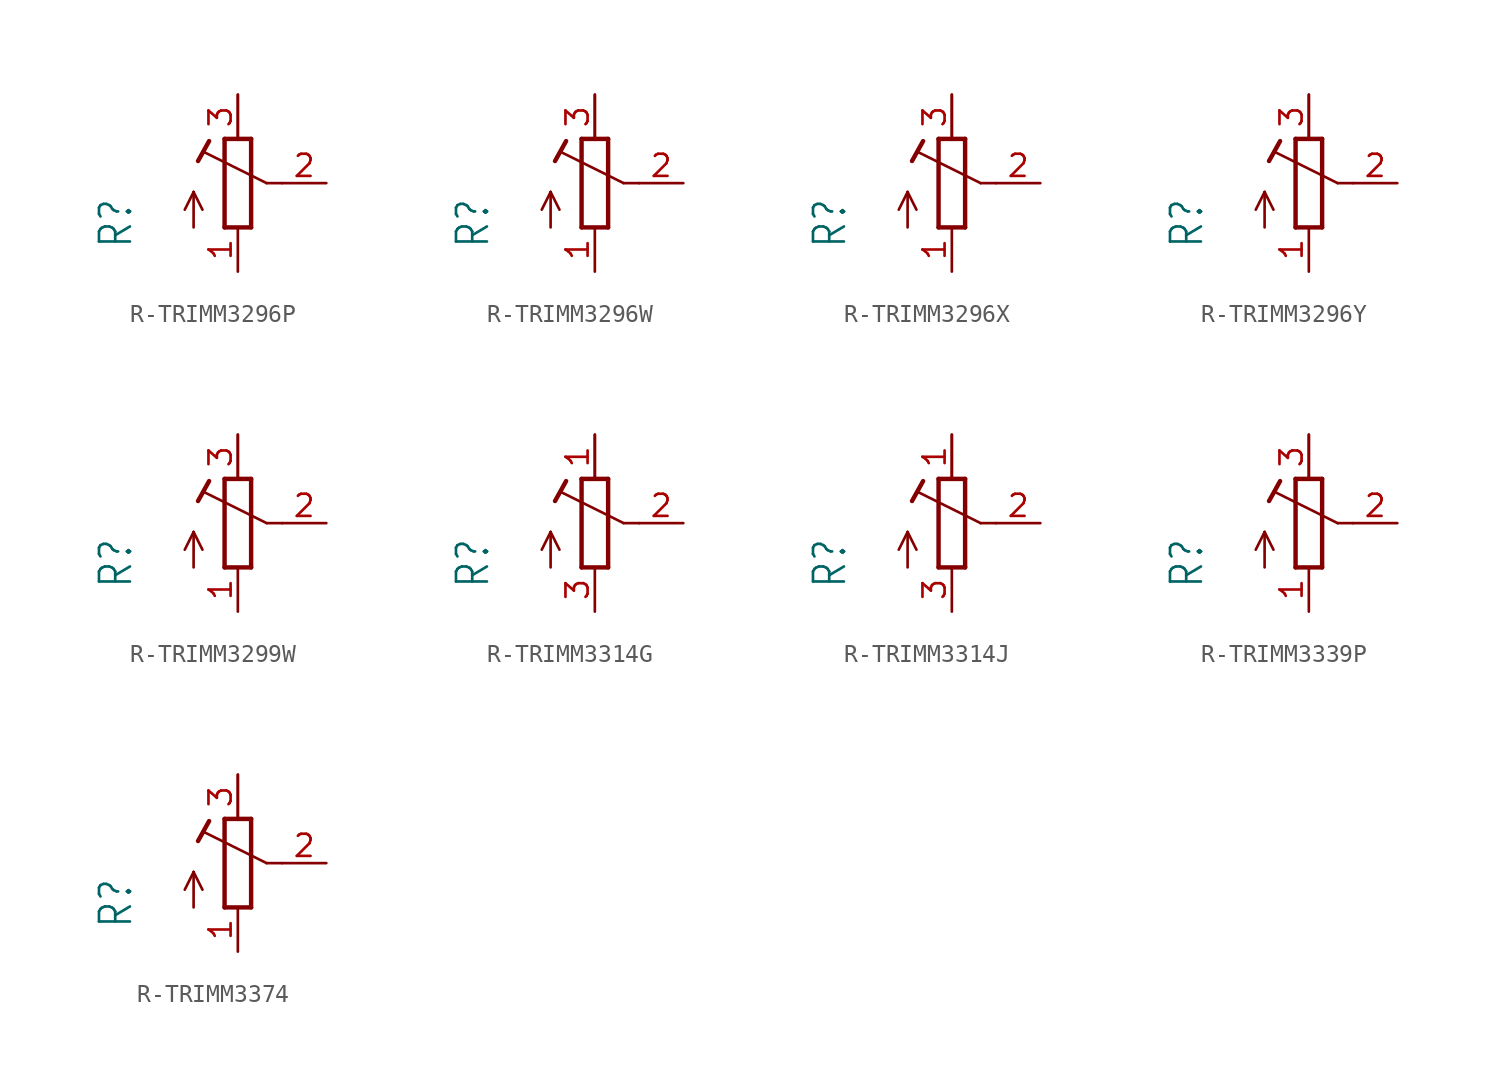
<source format=kicad_sym>
(kicad_symbol_lib
  (version 20231120)
  (generator "kicad_symbol_editor")
  (generator_version "8.0")
  (symbol "R-TRIMM3296P"
    (property "Reference" "R"
      (at -5.969 -3.81 90)
      (effects (font (size 1.778 1.511)) (justify left bottom)))
    (property "Value" ""
      (at -3.81 -3.81 90)
      (effects (font (size 1.778 1.511)) (justify left bottom)))
    (property "ki_locked" ""
      (at 0 0 0)
      (effects (font (size 1.27 1.27))))
    (symbol "R-TRIMM3296P_1_0"
      (polyline (pts (xy -2.54 -2.54) (xy -2.54 -0.508)) (stroke (width 0.152) (type solid)) (fill (type none)))
      (polyline (pts (xy -2.54 -0.508) (xy -3.048 -1.524)) (stroke (width 0.152) (type solid)) (fill (type none)))
      (polyline (pts (xy -2.54 -0.508) (xy -2.032 -1.524)) (stroke (width 0.152) (type solid)) (fill (type none)))
      (polyline (pts (xy -2.286 1.27) (xy -1.651 2.413)) (stroke (width 0.254) (type solid)) (fill (type none)))
      (polyline (pts (xy -0.762 -2.54) (xy 0.762 -2.54)) (stroke (width 0.254) (type solid)) (fill (type none)))
      (polyline (pts (xy -0.762 2.54) (xy -0.762 -2.54)) (stroke (width 0.254) (type solid)) (fill (type none)))
      (polyline (pts (xy 0 2.54) (xy -0.762 2.54)) (stroke (width 0.254) (type solid)) (fill (type none)))
      (polyline (pts (xy 0 2.54) (xy 0 5.08)) (stroke (width 0.152) (type solid)) (fill (type none)))
      (polyline (pts (xy 0.762 -2.54) (xy 0.762 2.54)) (stroke (width 0.254) (type solid)) (fill (type none)))
      (polyline (pts (xy 0.762 2.54) (xy 0 2.54)) (stroke (width 0.254) (type solid)) (fill (type none)))
      (polyline (pts (xy 1.651 0) (xy -1.88 1.753)) (stroke (width 0.152) (type solid)) (fill (type none)))
      (polyline (pts (xy 2.54 0) (xy 1.651 0)) (stroke (width 0.152) (type solid)) (fill (type none)))
      (pin passive line (at 0 -5.08 90) (length 2.54) (name "A" (effects (font (size 0 0)))) (number "1" (effects (font (size 1.27 1.27)))))
      (pin passive line (at 5.08 0 180) (length 2.54) (name "S" (effects (font (size 0 0)))) (number "2" (effects (font (size 1.27 1.27)))))
      (pin passive line (at 0 5.08 270) (length 2.54) (name "E" (effects (font (size 0 0)))) (number "3" (effects (font (size 1.27 1.27)))))))
  (symbol "R-TRIMM3296W"
    (property "Reference" "R"
      (at -5.969 -3.81 90)
      (effects (font (size 1.778 1.511)) (justify left bottom)))
    (property "Value" ""
      (at -3.81 -3.81 90)
      (effects (font (size 1.778 1.511)) (justify left bottom)))
    (property "ki_locked" ""
      (at 0 0 0)
      (effects (font (size 1.27 1.27))))
    (symbol "R-TRIMM3296W_1_0"
      (polyline (pts (xy -2.54 -2.54) (xy -2.54 -0.508)) (stroke (width 0.152) (type solid)) (fill (type none)))
      (polyline (pts (xy -2.54 -0.508) (xy -3.048 -1.524)) (stroke (width 0.152) (type solid)) (fill (type none)))
      (polyline (pts (xy -2.54 -0.508) (xy -2.032 -1.524)) (stroke (width 0.152) (type solid)) (fill (type none)))
      (polyline (pts (xy -2.286 1.27) (xy -1.651 2.413)) (stroke (width 0.254) (type solid)) (fill (type none)))
      (polyline (pts (xy -0.762 -2.54) (xy 0.762 -2.54)) (stroke (width 0.254) (type solid)) (fill (type none)))
      (polyline (pts (xy -0.762 2.54) (xy -0.762 -2.54)) (stroke (width 0.254) (type solid)) (fill (type none)))
      (polyline (pts (xy 0 2.54) (xy -0.762 2.54)) (stroke (width 0.254) (type solid)) (fill (type none)))
      (polyline (pts (xy 0 2.54) (xy 0 5.08)) (stroke (width 0.152) (type solid)) (fill (type none)))
      (polyline (pts (xy 0.762 -2.54) (xy 0.762 2.54)) (stroke (width 0.254) (type solid)) (fill (type none)))
      (polyline (pts (xy 0.762 2.54) (xy 0 2.54)) (stroke (width 0.254) (type solid)) (fill (type none)))
      (polyline (pts (xy 1.651 0) (xy -1.88 1.753)) (stroke (width 0.152) (type solid)) (fill (type none)))
      (polyline (pts (xy 2.54 0) (xy 1.651 0)) (stroke (width 0.152) (type solid)) (fill (type none)))
      (pin passive line (at 0 -5.08 90) (length 2.54) (name "A" (effects (font (size 0 0)))) (number "1" (effects (font (size 1.27 1.27)))))
      (pin passive line (at 5.08 0 180) (length 2.54) (name "S" (effects (font (size 0 0)))) (number "2" (effects (font (size 1.27 1.27)))))
      (pin passive line (at 0 5.08 270) (length 2.54) (name "E" (effects (font (size 0 0)))) (number "3" (effects (font (size 1.27 1.27)))))))
  (symbol "R-TRIMM3296X"
    (property "Reference" "R"
      (at -5.969 -3.81 90)
      (effects (font (size 1.778 1.511)) (justify left bottom)))
    (property "Value" ""
      (at -3.81 -3.81 90)
      (effects (font (size 1.778 1.511)) (justify left bottom)))
    (property "ki_locked" ""
      (at 0 0 0)
      (effects (font (size 1.27 1.27))))
    (symbol "R-TRIMM3296X_1_0"
      (polyline (pts (xy -2.54 -2.54) (xy -2.54 -0.508)) (stroke (width 0.152) (type solid)) (fill (type none)))
      (polyline (pts (xy -2.54 -0.508) (xy -3.048 -1.524)) (stroke (width 0.152) (type solid)) (fill (type none)))
      (polyline (pts (xy -2.54 -0.508) (xy -2.032 -1.524)) (stroke (width 0.152) (type solid)) (fill (type none)))
      (polyline (pts (xy -2.286 1.27) (xy -1.651 2.413)) (stroke (width 0.254) (type solid)) (fill (type none)))
      (polyline (pts (xy -0.762 -2.54) (xy 0.762 -2.54)) (stroke (width 0.254) (type solid)) (fill (type none)))
      (polyline (pts (xy -0.762 2.54) (xy -0.762 -2.54)) (stroke (width 0.254) (type solid)) (fill (type none)))
      (polyline (pts (xy 0 2.54) (xy -0.762 2.54)) (stroke (width 0.254) (type solid)) (fill (type none)))
      (polyline (pts (xy 0 2.54) (xy 0 5.08)) (stroke (width 0.152) (type solid)) (fill (type none)))
      (polyline (pts (xy 0.762 -2.54) (xy 0.762 2.54)) (stroke (width 0.254) (type solid)) (fill (type none)))
      (polyline (pts (xy 0.762 2.54) (xy 0 2.54)) (stroke (width 0.254) (type solid)) (fill (type none)))
      (polyline (pts (xy 1.651 0) (xy -1.88 1.753)) (stroke (width 0.152) (type solid)) (fill (type none)))
      (polyline (pts (xy 2.54 0) (xy 1.651 0)) (stroke (width 0.152) (type solid)) (fill (type none)))
      (pin passive line (at 0 -5.08 90) (length 2.54) (name "A" (effects (font (size 0 0)))) (number "1" (effects (font (size 1.27 1.27)))))
      (pin passive line (at 5.08 0 180) (length 2.54) (name "S" (effects (font (size 0 0)))) (number "2" (effects (font (size 1.27 1.27)))))
      (pin passive line (at 0 5.08 270) (length 2.54) (name "E" (effects (font (size 0 0)))) (number "3" (effects (font (size 1.27 1.27)))))))
  (symbol "R-TRIMM3296Y"
    (property "Reference" "R"
      (at -5.969 -3.81 90)
      (effects (font (size 1.778 1.511)) (justify left bottom)))
    (property "Value" ""
      (at -3.81 -3.81 90)
      (effects (font (size 1.778 1.511)) (justify left bottom)))
    (property "ki_locked" ""
      (at 0 0 0)
      (effects (font (size 1.27 1.27))))
    (symbol "R-TRIMM3296Y_1_0"
      (polyline (pts (xy -2.54 -2.54) (xy -2.54 -0.508)) (stroke (width 0.152) (type solid)) (fill (type none)))
      (polyline (pts (xy -2.54 -0.508) (xy -3.048 -1.524)) (stroke (width 0.152) (type solid)) (fill (type none)))
      (polyline (pts (xy -2.54 -0.508) (xy -2.032 -1.524)) (stroke (width 0.152) (type solid)) (fill (type none)))
      (polyline (pts (xy -2.286 1.27) (xy -1.651 2.413)) (stroke (width 0.254) (type solid)) (fill (type none)))
      (polyline (pts (xy -0.762 -2.54) (xy 0.762 -2.54)) (stroke (width 0.254) (type solid)) (fill (type none)))
      (polyline (pts (xy -0.762 2.54) (xy -0.762 -2.54)) (stroke (width 0.254) (type solid)) (fill (type none)))
      (polyline (pts (xy 0 2.54) (xy -0.762 2.54)) (stroke (width 0.254) (type solid)) (fill (type none)))
      (polyline (pts (xy 0 2.54) (xy 0 5.08)) (stroke (width 0.152) (type solid)) (fill (type none)))
      (polyline (pts (xy 0.762 -2.54) (xy 0.762 2.54)) (stroke (width 0.254) (type solid)) (fill (type none)))
      (polyline (pts (xy 0.762 2.54) (xy 0 2.54)) (stroke (width 0.254) (type solid)) (fill (type none)))
      (polyline (pts (xy 1.651 0) (xy -1.88 1.753)) (stroke (width 0.152) (type solid)) (fill (type none)))
      (polyline (pts (xy 2.54 0) (xy 1.651 0)) (stroke (width 0.152) (type solid)) (fill (type none)))
      (pin passive line (at 0 -5.08 90) (length 2.54) (name "A" (effects (font (size 0 0)))) (number "1" (effects (font (size 1.27 1.27)))))
      (pin passive line (at 5.08 0 180) (length 2.54) (name "S" (effects (font (size 0 0)))) (number "2" (effects (font (size 1.27 1.27)))))
      (pin passive line (at 0 5.08 270) (length 2.54) (name "E" (effects (font (size 0 0)))) (number "3" (effects (font (size 1.27 1.27)))))))
  (symbol "R-TRIMM3299W"
    (property "Reference" "R"
      (at -5.969 -3.81 90)
      (effects (font (size 1.778 1.511)) (justify left bottom)))
    (property "Value" ""
      (at -3.81 -3.81 90)
      (effects (font (size 1.778 1.511)) (justify left bottom)))
    (property "ki_locked" ""
      (at 0 0 0)
      (effects (font (size 1.27 1.27))))
    (symbol "R-TRIMM3299W_1_0"
      (polyline (pts (xy -2.54 -2.54) (xy -2.54 -0.508)) (stroke (width 0.152) (type solid)) (fill (type none)))
      (polyline (pts (xy -2.54 -0.508) (xy -3.048 -1.524)) (stroke (width 0.152) (type solid)) (fill (type none)))
      (polyline (pts (xy -2.54 -0.508) (xy -2.032 -1.524)) (stroke (width 0.152) (type solid)) (fill (type none)))
      (polyline (pts (xy -2.286 1.27) (xy -1.651 2.413)) (stroke (width 0.254) (type solid)) (fill (type none)))
      (polyline (pts (xy -0.762 -2.54) (xy 0.762 -2.54)) (stroke (width 0.254) (type solid)) (fill (type none)))
      (polyline (pts (xy -0.762 2.54) (xy -0.762 -2.54)) (stroke (width 0.254) (type solid)) (fill (type none)))
      (polyline (pts (xy 0 2.54) (xy -0.762 2.54)) (stroke (width 0.254) (type solid)) (fill (type none)))
      (polyline (pts (xy 0 2.54) (xy 0 5.08)) (stroke (width 0.152) (type solid)) (fill (type none)))
      (polyline (pts (xy 0.762 -2.54) (xy 0.762 2.54)) (stroke (width 0.254) (type solid)) (fill (type none)))
      (polyline (pts (xy 0.762 2.54) (xy 0 2.54)) (stroke (width 0.254) (type solid)) (fill (type none)))
      (polyline (pts (xy 1.651 0) (xy -1.88 1.753)) (stroke (width 0.152) (type solid)) (fill (type none)))
      (polyline (pts (xy 2.54 0) (xy 1.651 0)) (stroke (width 0.152) (type solid)) (fill (type none)))
      (pin passive line (at 0 -5.08 90) (length 2.54) (name "A" (effects (font (size 0 0)))) (number "1" (effects (font (size 1.27 1.27)))))
      (pin passive line (at 5.08 0 180) (length 2.54) (name "S" (effects (font (size 0 0)))) (number "2" (effects (font (size 1.27 1.27)))))
      (pin passive line (at 0 5.08 270) (length 2.54) (name "E" (effects (font (size 0 0)))) (number "3" (effects (font (size 1.27 1.27)))))))
  (symbol "R-TRIMM3314G"
    (property "Reference" "R"
      (at -5.969 -3.81 90)
      (effects (font (size 1.778 1.511)) (justify left bottom)))
    (property "Value" ""
      (at -3.81 -3.81 90)
      (effects (font (size 1.778 1.511)) (justify left bottom)))
    (property "ki_locked" ""
      (at 0 0 0)
      (effects (font (size 1.27 1.27))))
    (symbol "R-TRIMM3314G_1_0"
      (polyline (pts (xy -2.54 -2.54) (xy -2.54 -0.508)) (stroke (width 0.152) (type solid)) (fill (type none)))
      (polyline (pts (xy -2.54 -0.508) (xy -3.048 -1.524)) (stroke (width 0.152) (type solid)) (fill (type none)))
      (polyline (pts (xy -2.54 -0.508) (xy -2.032 -1.524)) (stroke (width 0.152) (type solid)) (fill (type none)))
      (polyline (pts (xy -2.286 1.27) (xy -1.651 2.413)) (stroke (width 0.254) (type solid)) (fill (type none)))
      (polyline (pts (xy -0.762 -2.54) (xy 0.762 -2.54)) (stroke (width 0.254) (type solid)) (fill (type none)))
      (polyline (pts (xy -0.762 2.54) (xy -0.762 -2.54)) (stroke (width 0.254) (type solid)) (fill (type none)))
      (polyline (pts (xy 0 2.54) (xy -0.762 2.54)) (stroke (width 0.254) (type solid)) (fill (type none)))
      (polyline (pts (xy 0 2.54) (xy 0 5.08)) (stroke (width 0.152) (type solid)) (fill (type none)))
      (polyline (pts (xy 0.762 -2.54) (xy 0.762 2.54)) (stroke (width 0.254) (type solid)) (fill (type none)))
      (polyline (pts (xy 0.762 2.54) (xy 0 2.54)) (stroke (width 0.254) (type solid)) (fill (type none)))
      (polyline (pts (xy 1.651 0) (xy -1.88 1.753)) (stroke (width 0.152) (type solid)) (fill (type none)))
      (polyline (pts (xy 2.54 0) (xy 1.651 0)) (stroke (width 0.152) (type solid)) (fill (type none)))
      (pin passive line (at 0 5.08 270) (length 2.54) (name "E" (effects (font (size 0 0)))) (number "1" (effects (font (size 1.27 1.27)))))
      (pin passive line (at 5.08 0 180) (length 2.54) (name "S" (effects (font (size 0 0)))) (number "2" (effects (font (size 1.27 1.27)))))
      (pin passive line (at 0 -5.08 90) (length 2.54) (name "A" (effects (font (size 0 0)))) (number "3" (effects (font (size 1.27 1.27)))))))
  (symbol "R-TRIMM3314J"
    (property "Reference" "R"
      (at -5.969 -3.81 90)
      (effects (font (size 1.778 1.511)) (justify left bottom)))
    (property "Value" ""
      (at -3.81 -3.81 90)
      (effects (font (size 1.778 1.511)) (justify left bottom)))
    (property "ki_locked" ""
      (at 0 0 0)
      (effects (font (size 1.27 1.27))))
    (symbol "R-TRIMM3314J_1_0"
      (polyline (pts (xy -2.54 -2.54) (xy -2.54 -0.508)) (stroke (width 0.152) (type solid)) (fill (type none)))
      (polyline (pts (xy -2.54 -0.508) (xy -3.048 -1.524)) (stroke (width 0.152) (type solid)) (fill (type none)))
      (polyline (pts (xy -2.54 -0.508) (xy -2.032 -1.524)) (stroke (width 0.152) (type solid)) (fill (type none)))
      (polyline (pts (xy -2.286 1.27) (xy -1.651 2.413)) (stroke (width 0.254) (type solid)) (fill (type none)))
      (polyline (pts (xy -0.762 -2.54) (xy 0.762 -2.54)) (stroke (width 0.254) (type solid)) (fill (type none)))
      (polyline (pts (xy -0.762 2.54) (xy -0.762 -2.54)) (stroke (width 0.254) (type solid)) (fill (type none)))
      (polyline (pts (xy 0 2.54) (xy -0.762 2.54)) (stroke (width 0.254) (type solid)) (fill (type none)))
      (polyline (pts (xy 0 2.54) (xy 0 5.08)) (stroke (width 0.152) (type solid)) (fill (type none)))
      (polyline (pts (xy 0.762 -2.54) (xy 0.762 2.54)) (stroke (width 0.254) (type solid)) (fill (type none)))
      (polyline (pts (xy 0.762 2.54) (xy 0 2.54)) (stroke (width 0.254) (type solid)) (fill (type none)))
      (polyline (pts (xy 1.651 0) (xy -1.88 1.753)) (stroke (width 0.152) (type solid)) (fill (type none)))
      (polyline (pts (xy 2.54 0) (xy 1.651 0)) (stroke (width 0.152) (type solid)) (fill (type none)))
      (pin passive line (at 0 5.08 270) (length 2.54) (name "E" (effects (font (size 0 0)))) (number "1" (effects (font (size 1.27 1.27)))))
      (pin passive line (at 5.08 0 180) (length 2.54) (name "S" (effects (font (size 0 0)))) (number "2" (effects (font (size 1.27 1.27)))))
      (pin passive line (at 0 -5.08 90) (length 2.54) (name "A" (effects (font (size 0 0)))) (number "3" (effects (font (size 1.27 1.27)))))))
  (symbol "R-TRIMM3339P"
    (property "Reference" "R"
      (at -5.969 -3.81 90)
      (effects (font (size 1.778 1.511)) (justify left bottom)))
    (property "Value" ""
      (at -3.81 -3.81 90)
      (effects (font (size 1.778 1.511)) (justify left bottom)))
    (property "ki_locked" ""
      (at 0 0 0)
      (effects (font (size 1.27 1.27))))
    (symbol "R-TRIMM3339P_1_0"
      (polyline (pts (xy -2.54 -2.54) (xy -2.54 -0.508)) (stroke (width 0.152) (type solid)) (fill (type none)))
      (polyline (pts (xy -2.54 -0.508) (xy -3.048 -1.524)) (stroke (width 0.152) (type solid)) (fill (type none)))
      (polyline (pts (xy -2.54 -0.508) (xy -2.032 -1.524)) (stroke (width 0.152) (type solid)) (fill (type none)))
      (polyline (pts (xy -2.286 1.27) (xy -1.651 2.413)) (stroke (width 0.254) (type solid)) (fill (type none)))
      (polyline (pts (xy -0.762 -2.54) (xy 0.762 -2.54)) (stroke (width 0.254) (type solid)) (fill (type none)))
      (polyline (pts (xy -0.762 2.54) (xy -0.762 -2.54)) (stroke (width 0.254) (type solid)) (fill (type none)))
      (polyline (pts (xy 0 2.54) (xy -0.762 2.54)) (stroke (width 0.254) (type solid)) (fill (type none)))
      (polyline (pts (xy 0 2.54) (xy 0 5.08)) (stroke (width 0.152) (type solid)) (fill (type none)))
      (polyline (pts (xy 0.762 -2.54) (xy 0.762 2.54)) (stroke (width 0.254) (type solid)) (fill (type none)))
      (polyline (pts (xy 0.762 2.54) (xy 0 2.54)) (stroke (width 0.254) (type solid)) (fill (type none)))
      (polyline (pts (xy 1.651 0) (xy -1.88 1.753)) (stroke (width 0.152) (type solid)) (fill (type none)))
      (polyline (pts (xy 2.54 0) (xy 1.651 0)) (stroke (width 0.152) (type solid)) (fill (type none)))
      (pin passive line (at 0 -5.08 90) (length 2.54) (name "A" (effects (font (size 0 0)))) (number "1" (effects (font (size 1.27 1.27)))))
      (pin passive line (at 5.08 0 180) (length 2.54) (name "S" (effects (font (size 0 0)))) (number "2" (effects (font (size 1.27 1.27)))))
      (pin passive line (at 0 5.08 270) (length 2.54) (name "E" (effects (font (size 0 0)))) (number "3" (effects (font (size 1.27 1.27)))))))
  (symbol "R-TRIMM3374"
    (property "Reference" "R"
      (at -5.969 -3.81 90)
      (effects (font (size 1.778 1.511)) (justify left bottom)))
    (property "Value" ""
      (at -3.81 -3.81 90)
      (effects (font (size 1.778 1.511)) (justify left bottom)))
    (property "ki_locked" ""
      (at 0 0 0)
      (effects (font (size 1.27 1.27))))
    (symbol "R-TRIMM3374_1_0"
      (polyline (pts (xy -2.54 -2.54) (xy -2.54 -0.508)) (stroke (width 0.152) (type solid)) (fill (type none)))
      (polyline (pts (xy -2.54 -0.508) (xy -3.048 -1.524)) (stroke (width 0.152) (type solid)) (fill (type none)))
      (polyline (pts (xy -2.54 -0.508) (xy -2.032 -1.524)) (stroke (width 0.152) (type solid)) (fill (type none)))
      (polyline (pts (xy -2.286 1.27) (xy -1.651 2.413)) (stroke (width 0.254) (type solid)) (fill (type none)))
      (polyline (pts (xy -0.762 -2.54) (xy 0.762 -2.54)) (stroke (width 0.254) (type solid)) (fill (type none)))
      (polyline (pts (xy -0.762 2.54) (xy -0.762 -2.54)) (stroke (width 0.254) (type solid)) (fill (type none)))
      (polyline (pts (xy 0 2.54) (xy -0.762 2.54)) (stroke (width 0.254) (type solid)) (fill (type none)))
      (polyline (pts (xy 0 2.54) (xy 0 5.08)) (stroke (width 0.152) (type solid)) (fill (type none)))
      (polyline (pts (xy 0.762 -2.54) (xy 0.762 2.54)) (stroke (width 0.254) (type solid)) (fill (type none)))
      (polyline (pts (xy 0.762 2.54) (xy 0 2.54)) (stroke (width 0.254) (type solid)) (fill (type none)))
      (polyline (pts (xy 1.651 0) (xy -1.88 1.753)) (stroke (width 0.152) (type solid)) (fill (type none)))
      (polyline (pts (xy 2.54 0) (xy 1.651 0)) (stroke (width 0.152) (type solid)) (fill (type none)))
      (pin passive line (at 0 -5.08 90) (length 2.54) (name "A" (effects (font (size 0 0)))) (number "1" (effects (font (size 1.27 1.27)))))
      (pin passive line (at 5.08 0 180) (length 2.54) (name "S" (effects (font (size 0 0)))) (number "2" (effects (font (size 1.27 1.27)))))
      (pin passive line (at 0 5.08 270) (length 2.54) (name "E" (effects (font (size 0 0)))) (number "3" (effects (font (size 1.27 1.27))))))))
</source>
